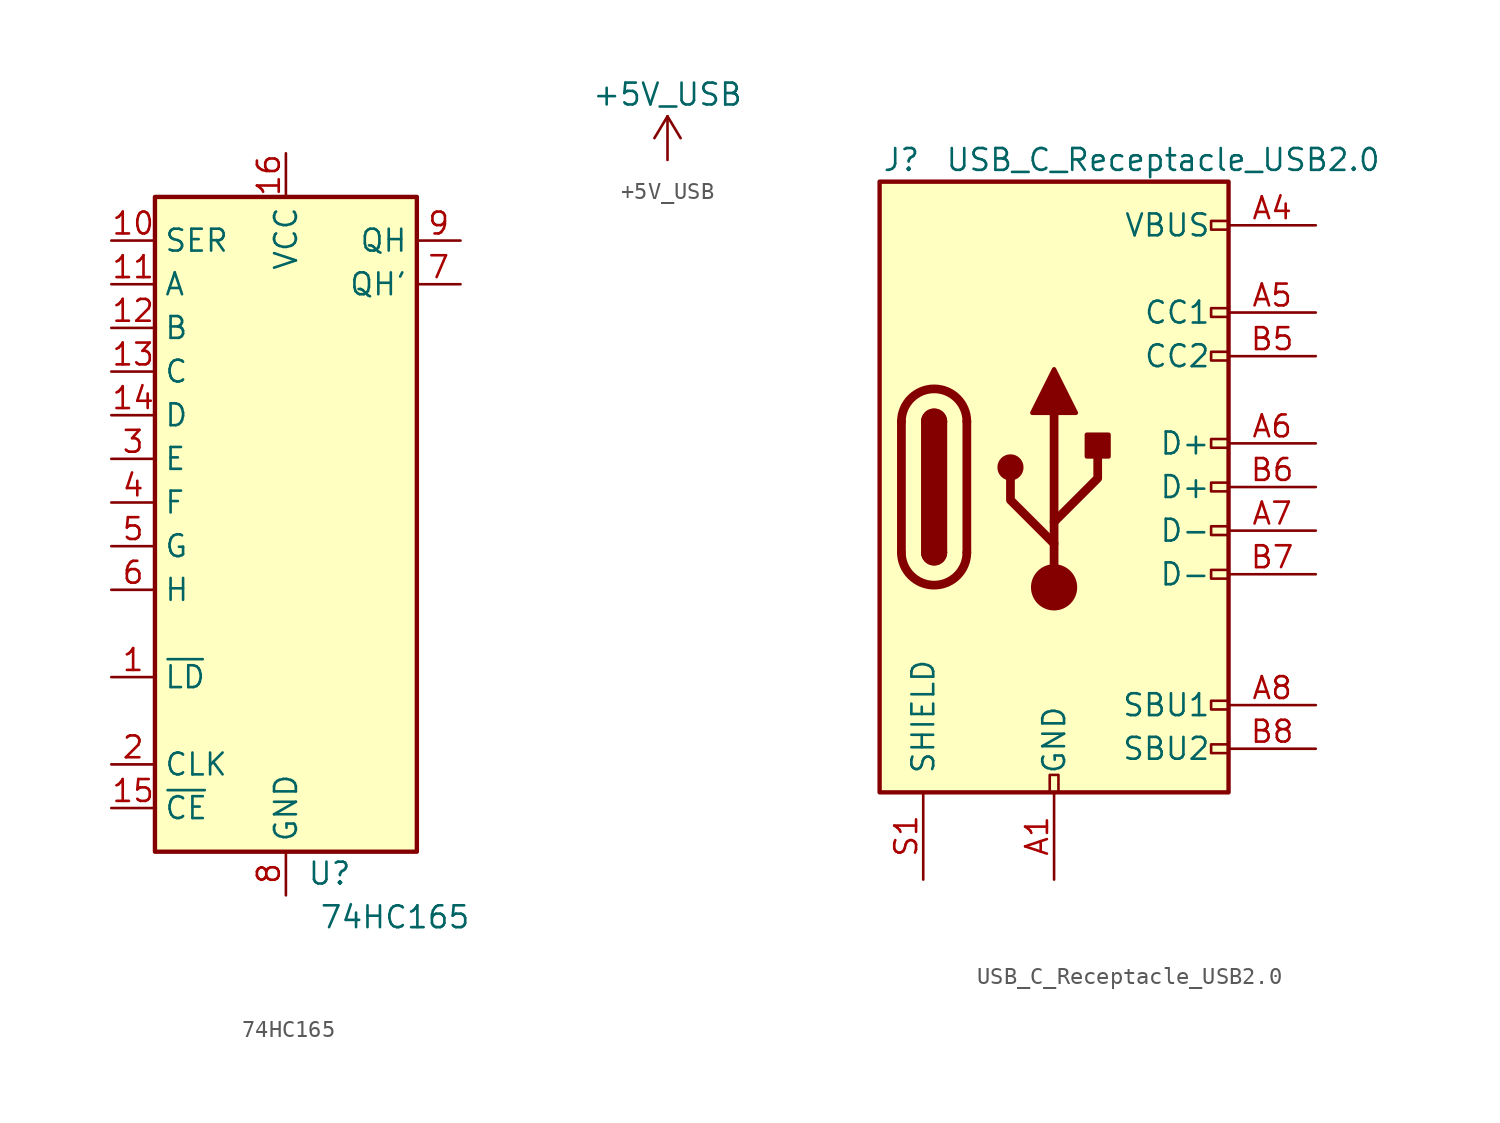
<source format=kicad_sym>
(kicad_symbol_lib
  (version 20220914)
  (generator kicad_symbol_editor)
  (symbol "74HC165"
    (property "Reference" "U"
      (at 10.16 -39.37 0)
      (effects (font (size 1.27 1.27))))
    (property "Value" "74HC165"
      (at 13.97 -41.91 0)
      (effects (font (size 1.27 1.27))))
    (symbol "74HC165_1_0"
      (pin input line (at -2.54 -27.94 0) (length 2.54) (name "~{LD}" (effects (font (size 1.27 1.27)))) (number "1" (effects (font (size 1.27 1.27)))))
      (pin input line (at -2.54 -2.54 0) (length 2.54) (name "SER" (effects (font (size 1.27 1.27)))) (number "10" (effects (font (size 1.27 1.27)))))
      (pin input line (at -2.54 -5.08 0) (length 2.54) (name "A" (effects (font (size 1.27 1.27)))) (number "11" (effects (font (size 1.27 1.27)))))
      (pin input line (at -2.54 -7.62 0) (length 2.54) (name "B" (effects (font (size 1.27 1.27)))) (number "12" (effects (font (size 1.27 1.27)))))
      (pin input line (at -2.54 -10.16 0) (length 2.54) (name "C" (effects (font (size 1.27 1.27)))) (number "13" (effects (font (size 1.27 1.27)))))
      (pin input line (at -2.54 -12.7 0) (length 2.54) (name "D" (effects (font (size 1.27 1.27)))) (number "14" (effects (font (size 1.27 1.27)))))
      (pin input line (at -2.54 -35.56 0) (length 2.54) (name "~{CE}" (effects (font (size 1.27 1.27)))) (number "15" (effects (font (size 1.27 1.27)))))
      (pin power_in line (at 7.62 2.54 270) (length 2.54) (name "VCC" (effects (font (size 1.27 1.27)))) (number "16" (effects (font (size 1.27 1.27)))))
      (pin input line (at -2.54 -33.02 0) (length 2.54) (name "CLK" (effects (font (size 1.27 1.27)))) (number "2" (effects (font (size 1.27 1.27)))))
      (pin input line (at -2.54 -15.24 0) (length 2.54) (name "E" (effects (font (size 1.27 1.27)))) (number "3" (effects (font (size 1.27 1.27)))))
      (pin input line (at -2.54 -17.78 0) (length 2.54) (name "F" (effects (font (size 1.27 1.27)))) (number "4" (effects (font (size 1.27 1.27)))))
      (pin input line (at -2.54 -20.32 0) (length 2.54) (name "G" (effects (font (size 1.27 1.27)))) (number "5" (effects (font (size 1.27 1.27)))))
      (pin input line (at -2.54 -22.86 0) (length 2.54) (name "H" (effects (font (size 1.27 1.27)))) (number "6" (effects (font (size 1.27 1.27)))))
      (pin output line (at 17.78 -5.08 180) (length 2.54) (name "QH'" (effects (font (size 1.27 1.27)))) (number "7" (effects (font (size 1.27 1.27)))))
      (pin power_in line (at 7.62 -40.64 90) (length 2.54) (name "GND" (effects (font (size 1.27 1.27)))) (number "8" (effects (font (size 1.27 1.27)))))
      (pin output line (at 17.78 -2.54 180) (length 2.54) (name "QH" (effects (font (size 1.27 1.27)))) (number "9" (effects (font (size 1.27 1.27))))))
    (symbol "74HC165_1_1"
      (rectangle (start 0 0) (end 15.24 -38.1) (stroke (width 0.254) (type default)) (fill (type background)))))
  (symbol "+5V_USB"
    (property "Reference" "#PWR"
      (at 0 -2.54 0)
      (effects (font (size 1.27 1.27)) hide))
    (property "Value" "+5V_USB"
      (at 0 3.81 0)
      (effects (font (size 1.27 1.27))))
    (symbol "+5V_USB_0_1"
      (polyline (pts (xy -0.762 1.27) (xy 0 2.54)) (stroke (width 0) (type default)) (fill (type none)))
      (polyline (pts (xy 0 0) (xy 0 2.54)) (stroke (width 0) (type default)) (fill (type none)))
      (polyline (pts (xy 0 2.54) (xy 0.762 1.27)) (stroke (width 0) (type default)) (fill (type none))))
    (symbol "+5V_USB_1_1"
      (pin power_in line (at 0 0 90) (length 0) hide (name "+5V_USB" (effects (font (size 1.27 1.27)))) (number "1" (effects (font (size 1.27 1.27)))))))
  (symbol "USB_C_Receptacle_USB2.0"
    (pin_names
      (offset 1.016))
    (property "Reference" "J"
      (at 1.27 1.27 0)
      (effects (font (size 1.27 1.27))))
    (property "Value" "USB_C_Receptacle_USB2.0"
      (at 16.51 1.27 0)
      (effects (font (size 1.27 1.27))))
    (symbol "USB_C_Receptacle_USB2.0_0_0"
      (rectangle (start 9.906 -35.56) (end 10.414 -34.544) (stroke (width 0) (type default)) (fill (type none)))
      (rectangle (start 20.32 -32.766) (end 19.304 -33.274) (stroke (width 0) (type default)) (fill (type none)))
      (rectangle (start 20.32 -30.226) (end 19.304 -30.734) (stroke (width 0) (type default)) (fill (type none)))
      (rectangle (start 20.32 -22.606) (end 19.304 -23.114) (stroke (width 0) (type default)) (fill (type none)))
      (rectangle (start 20.32 -20.066) (end 19.304 -20.574) (stroke (width 0) (type default)) (fill (type none)))
      (rectangle (start 20.32 -17.526) (end 19.304 -18.034) (stroke (width 0) (type default)) (fill (type none)))
      (rectangle (start 20.32 -14.986) (end 19.304 -15.494) (stroke (width 0) (type default)) (fill (type none)))
      (rectangle (start 20.32 -9.906) (end 19.304 -10.414) (stroke (width 0) (type default)) (fill (type none)))
      (rectangle (start 20.32 -7.366) (end 19.304 -7.874) (stroke (width 0) (type default)) (fill (type none)))
      (rectangle (start 20.32 -2.286) (end 19.304 -2.794) (stroke (width 0) (type default)) (fill (type none))))
    (symbol "USB_C_Receptacle_USB2.0_0_1"
      (polyline (pts (xy 1.27 -21.59) (xy 1.27 -13.97)) (stroke (width 0.508) (type default)) (fill (type none)))
      (polyline (pts (xy 5.08 -13.97) (xy 5.08 -21.59)) (stroke (width 0.508) (type default)) (fill (type none)))
      (polyline (pts (xy 10.16 -23.622) (xy 10.16 -13.462)) (stroke (width 0.508) (type default)) (fill (type none)))
      (polyline (pts (xy 10.16 -21.082) (xy 7.62 -18.542) (xy 7.62 -17.272)) (stroke (width 0.508) (type default)) (fill (type none)))
      (polyline (pts (xy 10.16 -19.812) (xy 12.7 -17.272) (xy 12.7 -16.002)) (stroke (width 0.508) (type default)) (fill (type none)))
      (polyline (pts (xy 8.89 -13.462) (xy 10.16 -10.922) (xy 11.43 -13.462) (xy 8.89 -13.462)) (stroke (width 0.254) (type default)) (fill (type outline)))
      (rectangle (start 0 0) (end 20.32 -35.56) (stroke (width 0.254) (type default)) (fill (type background)))
      (arc (start 1.27 -21.59) (mid 3.175 -23.4867) (end 5.08 -21.59) (stroke (width 0.508) (type default)) (fill (type none)))
      (arc (start 2.54 -21.59) (mid 3.175 -22.2223) (end 3.81 -21.59) (stroke (width 0.254) (type default)) (fill (type none)))
      (arc (start 2.54 -21.59) (mid 3.175 -22.2223) (end 3.81 -21.59) (stroke (width 0.254) (type default)) (fill (type outline)))
      (rectangle (start 2.54 -21.59) (end 3.81 -13.97) (stroke (width 0.254) (type default)) (fill (type outline)))
      (arc (start 3.81 -13.97) (mid 3.175 -13.3377) (end 2.54 -13.97) (stroke (width 0.254) (type default)) (fill (type none)))
      (arc (start 3.81 -13.97) (mid 3.175 -13.3377) (end 2.54 -13.97) (stroke (width 0.254) (type default)) (fill (type outline)))
      (arc (start 5.08 -13.97) (mid 3.175 -12.0733) (end 1.27 -13.97) (stroke (width 0.508) (type default)) (fill (type none)))
      (circle (center 7.62 -16.637) (radius 0.635) (stroke (width 0.254) (type default)) (fill (type outline)))
      (circle (center 10.16 -23.622) (radius 1.27) (stroke (width 0) (type default)) (fill (type outline)))
      (rectangle (start 12.065 -16.002) (end 13.335 -14.732) (stroke (width 0.254) (type default)) (fill (type outline))))
    (symbol "USB_C_Receptacle_USB2.0_1_1"
      (pin passive line (at 10.16 -40.64 90) (length 5.08) (name "GND" (effects (font (size 1.27 1.27)))) (number "A1" (effects (font (size 1.27 1.27)))))
      (pin passive line (at 10.16 -40.64 90) (length 5.08) hide (name "GND" (effects (font (size 1.27 1.27)))) (number "A12" (effects (font (size 1.27 1.27)))))
      (pin passive line (at 25.4 -2.54 180) (length 5.08) (name "VBUS" (effects (font (size 1.27 1.27)))) (number "A4" (effects (font (size 1.27 1.27)))))
      (pin bidirectional line (at 25.4 -7.62 180) (length 5.08) (name "CC1" (effects (font (size 1.27 1.27)))) (number "A5" (effects (font (size 1.27 1.27)))))
      (pin bidirectional line (at 25.4 -15.24 180) (length 5.08) (name "D+" (effects (font (size 1.27 1.27)))) (number "A6" (effects (font (size 1.27 1.27)))))
      (pin bidirectional line (at 25.4 -20.32 180) (length 5.08) (name "D-" (effects (font (size 1.27 1.27)))) (number "A7" (effects (font (size 1.27 1.27)))))
      (pin bidirectional line (at 25.4 -30.48 180) (length 5.08) (name "SBU1" (effects (font (size 1.27 1.27)))) (number "A8" (effects (font (size 1.27 1.27)))))
      (pin passive line (at 25.4 -2.54 180) (length 5.08) hide (name "VBUS" (effects (font (size 1.27 1.27)))) (number "A9" (effects (font (size 1.27 1.27)))))
      (pin passive line (at 10.16 -40.64 90) (length 5.08) hide (name "GND" (effects (font (size 1.27 1.27)))) (number "B1" (effects (font (size 1.27 1.27)))))
      (pin passive line (at 10.16 -40.64 90) (length 5.08) hide (name "GND" (effects (font (size 1.27 1.27)))) (number "B12" (effects (font (size 1.27 1.27)))))
      (pin passive line (at 25.4 -2.54 180) (length 5.08) hide (name "VBUS" (effects (font (size 1.27 1.27)))) (number "B4" (effects (font (size 1.27 1.27)))))
      (pin bidirectional line (at 25.4 -10.16 180) (length 5.08) (name "CC2" (effects (font (size 1.27 1.27)))) (number "B5" (effects (font (size 1.27 1.27)))))
      (pin bidirectional line (at 25.4 -17.78 180) (length 5.08) (name "D+" (effects (font (size 1.27 1.27)))) (number "B6" (effects (font (size 1.27 1.27)))))
      (pin bidirectional line (at 25.4 -22.86 180) (length 5.08) (name "D-" (effects (font (size 1.27 1.27)))) (number "B7" (effects (font (size 1.27 1.27)))))
      (pin bidirectional line (at 25.4 -33.02 180) (length 5.08) (name "SBU2" (effects (font (size 1.27 1.27)))) (number "B8" (effects (font (size 1.27 1.27)))))
      (pin passive line (at 25.4 -2.54 180) (length 5.08) hide (name "VBUS" (effects (font (size 1.27 1.27)))) (number "B9" (effects (font (size 1.27 1.27)))))
      (pin passive line (at 2.54 -40.64 90) (length 5.08) (name "SHIELD" (effects (font (size 1.27 1.27)))) (number "S1" (effects (font (size 1.27 1.27))))))))
</source>
